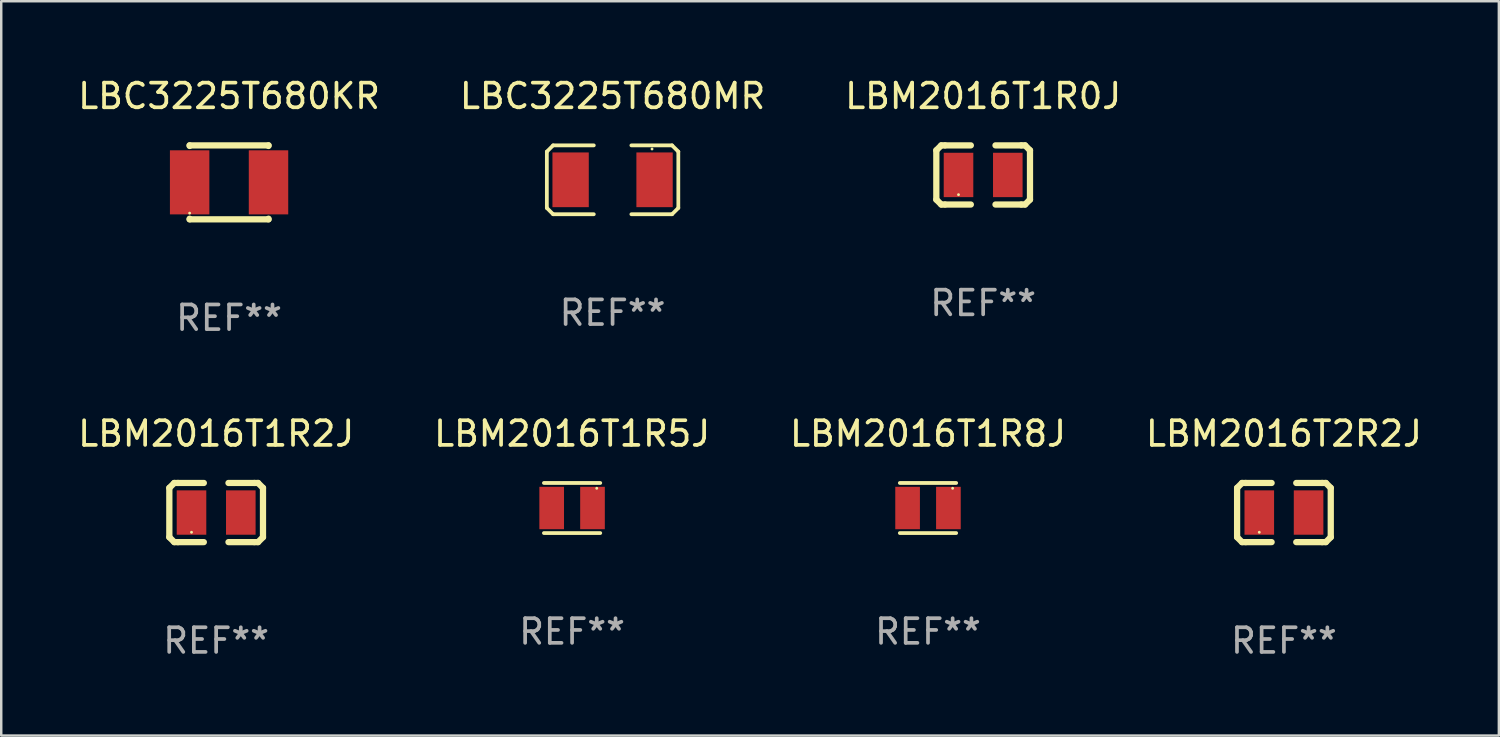
<source format=kicad_pcb>
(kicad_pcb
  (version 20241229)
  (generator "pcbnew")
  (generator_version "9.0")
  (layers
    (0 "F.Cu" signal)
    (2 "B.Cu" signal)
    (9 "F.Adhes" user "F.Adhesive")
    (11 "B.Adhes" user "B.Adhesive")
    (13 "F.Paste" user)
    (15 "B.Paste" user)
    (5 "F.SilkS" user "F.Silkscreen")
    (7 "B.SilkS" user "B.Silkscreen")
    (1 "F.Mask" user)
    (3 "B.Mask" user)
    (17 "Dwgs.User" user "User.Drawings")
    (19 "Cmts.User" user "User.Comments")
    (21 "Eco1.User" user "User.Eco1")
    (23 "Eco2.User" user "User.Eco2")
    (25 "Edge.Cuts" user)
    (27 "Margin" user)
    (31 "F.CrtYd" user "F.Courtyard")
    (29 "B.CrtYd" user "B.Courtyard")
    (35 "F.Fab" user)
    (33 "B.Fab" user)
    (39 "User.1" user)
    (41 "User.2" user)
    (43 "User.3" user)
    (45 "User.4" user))
  (footprint "LBM2016T1R5J"
    (layer "F.Cu")
    (at 20.161 17.561)
    (property "Reference" "LBM2016T1R5J" (at 0 -3.016 0) (layer "F.SilkS") (effects (font (size 1 1) (thickness 0.15))))
    (attr through_hole)
    (fp_line (start -1.143 -1.016) (end 1.143 -1.016) (stroke (width 0.152) (type solid)) (layer "F.SilkS"))
    (fp_line (start 1.143 1.016) (end -1.143 1.016) (stroke (width 0.152) (type solid)) (layer "F.SilkS"))
    (fp_circle (center 1 -0.8) (end 1.03 -0.8) (stroke (width 0.06) (type solid)) (fill no) (layer "F.SilkS"))
    (fp_text user "REF**" (at 0 5.016 0) (layer "F.Fab") (effects (font (size 1 1) (thickness 0.15))))
    (pad "1" smd rect (at 0.828 0) (size 1 1.72) (layers "F.Cu" "F.Mask" "F.Paste"))
    (pad "2" smd rect (at -0.828 0) (size 1 1.72) (layers "F.Cu" "F.Mask" "F.Paste")))
  (footprint "LBM2016T1R8J"
    (layer "F.Cu")
    (at 34.601 17.561)
    (property "Reference" "LBM2016T1R8J" (at 0 -3.016 0) (layer "F.SilkS") (effects (font (size 1 1) (thickness 0.15))))
    (attr through_hole)
    (fp_line (start -1.143 -1.016) (end 1.143 -1.016) (stroke (width 0.152) (type solid)) (layer "F.SilkS"))
    (fp_line (start 1.143 1.016) (end -1.143 1.016) (stroke (width 0.152) (type solid)) (layer "F.SilkS"))
    (fp_circle (center 1 -0.8) (end 1.03 -0.8) (stroke (width 0.06) (type solid)) (fill no) (layer "F.SilkS"))
    (fp_text user "REF**" (at 0 5.016 0) (layer "F.Fab") (effects (font (size 1 1) (thickness 0.15))))
    (pad "1" smd rect (at 0.828 0) (size 1 1.72) (layers "F.Cu" "F.Mask" "F.Paste"))
    (pad "2" smd rect (at -0.828 0) (size 1 1.72) (layers "F.Cu" "F.Mask" "F.Paste")))
  (footprint "LBM2016T1R0J"
    (layer "F.Cu")
    (at 36.839 4.048)
    (property "Reference" "LBM2016T1R0J" (at 0 -3.2 0) (layer "F.SilkS") (effects (font (size 1 1) (thickness 0.15))))
    (attr through_hole)
    (fp_line (start -1.9 -1) (end -1.9 1) (stroke (width 0.254) (type solid)) (layer "F.SilkS"))
    (fp_line (start -1.7 -1.2) (end -1.9 -1) (stroke (width 0.254) (type solid)) (layer "F.SilkS"))
    (fp_line (start -1.7 1.2) (end -1.9 1) (stroke (width 0.254) (type solid)) (layer "F.SilkS"))
    (fp_line (start -1.55 -1.2) (end -1.7 -1.2) (stroke (width 0.254) (type solid)) (layer "F.SilkS"))
    (fp_line (start -1.55 1.2) (end -1.7 1.2) (stroke (width 0.254) (type solid)) (layer "F.SilkS"))
    (fp_line (start -0.5 -1.2) (end -1.55 -1.2) (stroke (width 0.254) (type solid)) (layer "F.SilkS"))
    (fp_line (start -0.5 1.2) (end -1.55 1.2) (stroke (width 0.254) (type solid)) (layer "F.SilkS"))
    (fp_line (start 0.5 -1.2) (end 1.55 -1.2) (stroke (width 0.254) (type solid)) (layer "F.SilkS"))
    (fp_line (start 0.5 1.2) (end 1.55 1.2) (stroke (width 0.254) (type solid)) (layer "F.SilkS"))
    (fp_line (start 1.55 -1.2) (end 1.7 -1.2) (stroke (width 0.254) (type solid)) (layer "F.SilkS"))
    (fp_line (start 1.55 1.2) (end 1.7 1.2) (stroke (width 0.254) (type solid)) (layer "F.SilkS"))
    (fp_line (start 1.7 -1.2) (end 1.9 -1) (stroke (width 0.254) (type solid)) (layer "F.SilkS"))
    (fp_line (start 1.7 1.2) (end 1.9 1) (stroke (width 0.254) (type solid)) (layer "F.SilkS"))
    (fp_line (start 1.9 -1) (end 1.9 1) (stroke (width 0.254) (type solid)) (layer "F.SilkS"))
    (fp_circle (center -1 0.8) (end -0.97 0.8) (stroke (width 0.06) (type solid)) (fill no) (layer "F.SilkS"))
    (fp_text user "REF**" (at 0 5.2 0) (layer "F.Fab") (effects (font (size 1 1) (thickness 0.15))))
    (pad "1" smd rect (at -1 0) (size 1.2 1.8) (layers "F.Cu" "F.Mask" "F.Paste"))
    (pad "2" smd rect (at 1 0) (size 1.2 1.8) (layers "F.Cu" "F.Mask" "F.Paste")))
  (footprint "LBC3225T680MR"
    (layer "F.Cu")
    (at 21.804 4.245)
    (property "Reference" "LBC3225T680MR" (at 0 -3.397 0) (layer "F.SilkS") (effects (font (size 1 1) (thickness 0.15))))
    (attr through_hole)
    (fp_line (start -2.667 -1.143) (end -2.413 -1.397) (stroke (width 0.152) (type solid)) (layer "F.SilkS"))
    (fp_line (start -2.667 1.143) (end -2.667 -1.143) (stroke (width 0.152) (type solid)) (layer "F.SilkS"))
    (fp_line (start -2.413 -1.397) (end -0.762 -1.397) (stroke (width 0.152) (type solid)) (layer "F.SilkS"))
    (fp_line (start -2.413 1.397) (end -2.667 1.143) (stroke (width 0.152) (type solid)) (layer "F.SilkS"))
    (fp_line (start -0.762 1.397) (end -2.413 1.397) (stroke (width 0.152) (type solid)) (layer "F.SilkS"))
    (fp_line (start 0.762 -1.397) (end 2.413 -1.397) (stroke (width 0.152) (type solid)) (layer "F.SilkS"))
    (fp_line (start 2.413 -1.397) (end 2.667 -1.143) (stroke (width 0.152) (type solid)) (layer "F.SilkS"))
    (fp_line (start 2.413 1.397) (end 0.762 1.397) (stroke (width 0.152) (type solid)) (layer "F.SilkS"))
    (fp_line (start 2.667 -1.143) (end 2.667 1.143) (stroke (width 0.152) (type solid)) (layer "F.SilkS"))
    (fp_line (start 2.667 1.143) (end 2.413 1.397) (stroke (width 0.152) (type solid)) (layer "F.SilkS"))
    (fp_circle (center 1.6 -1.25) (end 1.63 -1.25) (stroke (width 0.06) (type solid)) (fill no) (layer "F.SilkS"))
    (fp_text user "REF**" (at 0 5.397 0) (layer "F.Fab") (effects (font (size 1 1) (thickness 0.15))))
    (pad "1" smd rect (at 1.703 0) (size 1.474 2.22) (layers "F.Cu" "F.Mask" "F.Paste"))
    (pad "2" smd rect (at -1.703 0) (size 1.474 2.22) (layers "F.Cu" "F.Mask" "F.Paste")))
  (footprint "LBC3225T680KR"
    (layer "F.Cu")
    (at 6.244 4.348)
    (property "Reference" "LBC3225T680KR" (at 0 -3.5 0) (layer "F.SilkS") (effects (font (size 1 1) (thickness 0.15))))
    (attr through_hole)
    (fp_line (start -1.6 -1.5) (end 1.6 -1.5) (stroke (width 0.254) (type solid)) (layer "F.SilkS"))
    (fp_line (start -1.6 -1.476) (end -1.6 -1.5) (stroke (width 0.254) (type solid)) (layer "F.SilkS"))
    (fp_line (start -1.6 1.5) (end -1.6 1.476) (stroke (width 0.254) (type solid)) (layer "F.SilkS"))
    (fp_line (start -1.6 1.5) (end 1.6 1.5) (stroke (width 0.254) (type solid)) (layer "F.SilkS"))
    (fp_line (start 1.6 -1.5) (end 1.6 -1.476) (stroke (width 0.254) (type solid)) (layer "F.SilkS"))
    (fp_line (start 1.6 1.476) (end 1.6 1.5) (stroke (width 0.254) (type solid)) (layer "F.SilkS"))
    (fp_circle (center -1.6 1.25) (end -1.57 1.25) (stroke (width 0.06) (type solid)) (fill no) (layer "F.SilkS"))
    (fp_text user "REF**" (at 0 5.5 0) (layer "F.Fab") (effects (font (size 1 1) (thickness 0.15))))
    (pad "1" smd rect (at -1.6 0 90) (size 2.6 1.6) (layers "F.Cu" "F.Mask" "F.Paste"))
    (pad "2" smd rect (at 1.6 0 90) (size 2.6 1.6) (layers "F.Cu" "F.Mask" "F.Paste")))
  (footprint "LBM2016T1R2J"
    (layer "F.Cu")
    (at 5.72 17.745)
    (property "Reference" "LBM2016T1R2J" (at 0 -3.2 0) (layer "F.SilkS") (effects (font (size 1 1) (thickness 0.15))))
    (attr through_hole)
    (fp_line (start -1.9 -1) (end -1.9 1) (stroke (width 0.254) (type solid)) (layer "F.SilkS"))
    (fp_line (start -1.7 -1.2) (end -1.9 -1) (stroke (width 0.254) (type solid)) (layer "F.SilkS"))
    (fp_line (start -1.7 1.2) (end -1.9 1) (stroke (width 0.254) (type solid)) (layer "F.SilkS"))
    (fp_line (start -1.55 -1.2) (end -1.7 -1.2) (stroke (width 0.254) (type solid)) (layer "F.SilkS"))
    (fp_line (start -1.55 1.2) (end -1.7 1.2) (stroke (width 0.254) (type solid)) (layer "F.SilkS"))
    (fp_line (start -0.5 -1.2) (end -1.55 -1.2) (stroke (width 0.254) (type solid)) (layer "F.SilkS"))
    (fp_line (start -0.5 1.2) (end -1.55 1.2) (stroke (width 0.254) (type solid)) (layer "F.SilkS"))
    (fp_line (start 0.5 -1.2) (end 1.55 -1.2) (stroke (width 0.254) (type solid)) (layer "F.SilkS"))
    (fp_line (start 0.5 1.2) (end 1.55 1.2) (stroke (width 0.254) (type solid)) (layer "F.SilkS"))
    (fp_line (start 1.55 -1.2) (end 1.7 -1.2) (stroke (width 0.254) (type solid)) (layer "F.SilkS"))
    (fp_line (start 1.55 1.2) (end 1.7 1.2) (stroke (width 0.254) (type solid)) (layer "F.SilkS"))
    (fp_line (start 1.7 -1.2) (end 1.9 -1) (stroke (width 0.254) (type solid)) (layer "F.SilkS"))
    (fp_line (start 1.7 1.2) (end 1.9 1) (stroke (width 0.254) (type solid)) (layer "F.SilkS"))
    (fp_line (start 1.9 -1) (end 1.9 1) (stroke (width 0.254) (type solid)) (layer "F.SilkS"))
    (fp_circle (center -1 0.8) (end -0.97 0.8) (stroke (width 0.06) (type solid)) (fill no) (layer "F.SilkS"))
    (fp_text user "REF**" (at 0 5.2 0) (layer "F.Fab") (effects (font (size 1 1) (thickness 0.15))))
    (pad "1" smd rect (at -1 0) (size 1.2 1.8) (layers "F.Cu" "F.Mask" "F.Paste"))
    (pad "2" smd rect (at 1 0) (size 1.2 1.8) (layers "F.Cu" "F.Mask" "F.Paste")))
  (footprint "LBM2016T2R2J"
    (layer "F.Cu")
    (at 49.042 17.745)
    (property "Reference" "LBM2016T2R2J" (at 0 -3.2 0) (layer "F.SilkS") (effects (font (size 1 1) (thickness 0.15))))
    (attr through_hole)
    (fp_line (start -1.9 -1) (end -1.9 1) (stroke (width 0.254) (type solid)) (layer "F.SilkS"))
    (fp_line (start -1.7 -1.2) (end -1.9 -1) (stroke (width 0.254) (type solid)) (layer "F.SilkS"))
    (fp_line (start -1.7 1.2) (end -1.9 1) (stroke (width 0.254) (type solid)) (layer "F.SilkS"))
    (fp_line (start -1.55 -1.2) (end -1.7 -1.2) (stroke (width 0.254) (type solid)) (layer "F.SilkS"))
    (fp_line (start -1.55 1.2) (end -1.7 1.2) (stroke (width 0.254) (type solid)) (layer "F.SilkS"))
    (fp_line (start -0.5 -1.2) (end -1.55 -1.2) (stroke (width 0.254) (type solid)) (layer "F.SilkS"))
    (fp_line (start -0.5 1.2) (end -1.55 1.2) (stroke (width 0.254) (type solid)) (layer "F.SilkS"))
    (fp_line (start 0.5 -1.2) (end 1.55 -1.2) (stroke (width 0.254) (type solid)) (layer "F.SilkS"))
    (fp_line (start 0.5 1.2) (end 1.55 1.2) (stroke (width 0.254) (type solid)) (layer "F.SilkS"))
    (fp_line (start 1.55 -1.2) (end 1.7 -1.2) (stroke (width 0.254) (type solid)) (layer "F.SilkS"))
    (fp_line (start 1.55 1.2) (end 1.7 1.2) (stroke (width 0.254) (type solid)) (layer "F.SilkS"))
    (fp_line (start 1.7 -1.2) (end 1.9 -1) (stroke (width 0.254) (type solid)) (layer "F.SilkS"))
    (fp_line (start 1.7 1.2) (end 1.9 1) (stroke (width 0.254) (type solid)) (layer "F.SilkS"))
    (fp_line (start 1.9 -1) (end 1.9 1) (stroke (width 0.254) (type solid)) (layer "F.SilkS"))
    (fp_circle (center -1 0.8) (end -0.97 0.8) (stroke (width 0.06) (type solid)) (fill no) (layer "F.SilkS"))
    (fp_text user "REF**" (at 0 5.2 0) (layer "F.Fab") (effects (font (size 1 1) (thickness 0.15))))
    (pad "1" smd rect (at -1 0) (size 1.2 1.8) (layers "F.Cu" "F.Mask" "F.Paste"))
    (pad "2" smd rect (at 1 0) (size 1.2 1.8) (layers "F.Cu" "F.Mask" "F.Paste")))
  (gr_rect
    (start -3 -3)
    (end 57.762 26.793)
    (stroke (width 0.1) (type default))
    (fill no)
    (layer "Edge.Cuts")))
</source>
